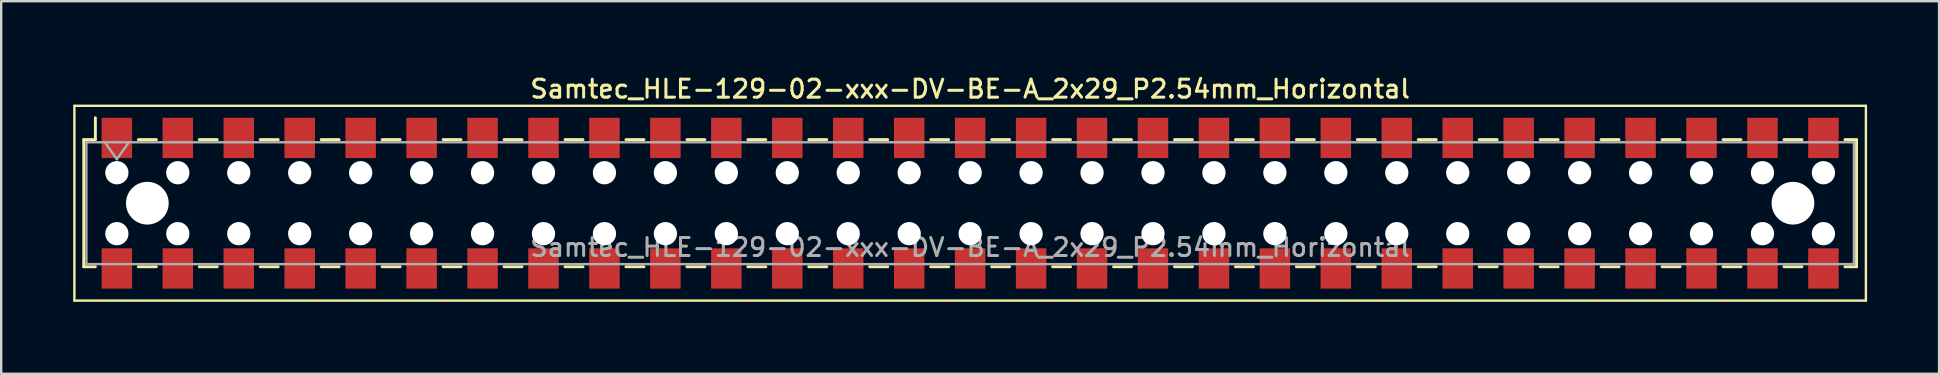
<source format=kicad_pcb>
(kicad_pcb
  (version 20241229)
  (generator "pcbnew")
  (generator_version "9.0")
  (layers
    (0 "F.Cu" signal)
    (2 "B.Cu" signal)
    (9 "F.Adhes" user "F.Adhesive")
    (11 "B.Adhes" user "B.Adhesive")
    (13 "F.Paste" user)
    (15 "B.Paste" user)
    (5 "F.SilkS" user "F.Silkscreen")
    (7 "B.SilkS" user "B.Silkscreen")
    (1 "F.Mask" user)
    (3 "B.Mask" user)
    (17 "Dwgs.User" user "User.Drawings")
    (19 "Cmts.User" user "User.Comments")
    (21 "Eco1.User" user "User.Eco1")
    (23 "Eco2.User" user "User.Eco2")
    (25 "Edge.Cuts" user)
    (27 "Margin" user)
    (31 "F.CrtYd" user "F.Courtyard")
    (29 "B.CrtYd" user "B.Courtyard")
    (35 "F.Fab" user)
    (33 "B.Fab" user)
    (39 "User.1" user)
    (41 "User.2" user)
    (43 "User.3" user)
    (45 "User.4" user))
  (footprint "Samtec_HLE-129-02-xxx-DV-BE-A_2x29_P2.54mm_Horizontal"
    (layer "F.Cu")
    (at 37.38 5.418)
    (property "Reference" "Samtec_HLE-129-02-xxx-DV-BE-A_2x29_P2.54mm_Horizontal" (at 0 -4.76 0) (layer "F.SilkS") (effects (font (size 0.75 0.75) (thickness 0.125))))
    (attr smd)
    (fp_line (start -37.33 -4.06) (end 37.33 -4.06) (stroke (width 0.1) (type solid)) (layer "F.SilkS"))
    (fp_line (start -37.33 4.06) (end -37.33 -4.06) (stroke (width 0.1) (type solid)) (layer "F.SilkS"))
    (fp_line (start -36.94 -2.65) (end -36.94 2.65) (stroke (width 0.12) (type solid)) (layer "F.SilkS"))
    (fp_line (start -36.94 2.65) (end -36.455 2.65) (stroke (width 0.12) (type solid)) (layer "F.SilkS"))
    (fp_line (start -36.455 -3.56) (end -36.455 -2.65) (stroke (width 0.12) (type solid)) (layer "F.SilkS"))
    (fp_line (start -36.455 -2.65) (end -36.94 -2.65) (stroke (width 0.12) (type solid)) (layer "F.SilkS"))
    (fp_line (start -34.665 -2.65) (end -33.915 -2.65) (stroke (width 0.12) (type solid)) (layer "F.SilkS"))
    (fp_line (start -34.665 2.65) (end -33.915 2.65) (stroke (width 0.12) (type solid)) (layer "F.SilkS"))
    (fp_line (start -32.125 -2.65) (end -31.375 -2.65) (stroke (width 0.12) (type solid)) (layer "F.SilkS"))
    (fp_line (start -32.125 2.65) (end -31.375 2.65) (stroke (width 0.12) (type solid)) (layer "F.SilkS"))
    (fp_line (start -29.585 -2.65) (end -28.835 -2.65) (stroke (width 0.12) (type solid)) (layer "F.SilkS"))
    (fp_line (start -29.585 2.65) (end -28.835 2.65) (stroke (width 0.12) (type solid)) (layer "F.SilkS"))
    (fp_line (start -27.045 -2.65) (end -26.295 -2.65) (stroke (width 0.12) (type solid)) (layer "F.SilkS"))
    (fp_line (start -27.045 2.65) (end -26.295 2.65) (stroke (width 0.12) (type solid)) (layer "F.SilkS"))
    (fp_line (start -24.505 -2.65) (end -23.755 -2.65) (stroke (width 0.12) (type solid)) (layer "F.SilkS"))
    (fp_line (start -24.505 2.65) (end -23.755 2.65) (stroke (width 0.12) (type solid)) (layer "F.SilkS"))
    (fp_line (start -21.965 -2.65) (end -21.215 -2.65) (stroke (width 0.12) (type solid)) (layer "F.SilkS"))
    (fp_line (start -21.965 2.65) (end -21.215 2.65) (stroke (width 0.12) (type solid)) (layer "F.SilkS"))
    (fp_line (start -19.425 -2.65) (end -18.675 -2.65) (stroke (width 0.12) (type solid)) (layer "F.SilkS"))
    (fp_line (start -19.425 2.65) (end -18.675 2.65) (stroke (width 0.12) (type solid)) (layer "F.SilkS"))
    (fp_line (start -16.885 -2.65) (end -16.135 -2.65) (stroke (width 0.12) (type solid)) (layer "F.SilkS"))
    (fp_line (start -16.885 2.65) (end -16.135 2.65) (stroke (width 0.12) (type solid)) (layer "F.SilkS"))
    (fp_line (start -14.345 -2.65) (end -13.595 -2.65) (stroke (width 0.12) (type solid)) (layer "F.SilkS"))
    (fp_line (start -14.345 2.65) (end -13.595 2.65) (stroke (width 0.12) (type solid)) (layer "F.SilkS"))
    (fp_line (start -11.805 -2.65) (end -11.055 -2.65) (stroke (width 0.12) (type solid)) (layer "F.SilkS"))
    (fp_line (start -11.805 2.65) (end -11.055 2.65) (stroke (width 0.12) (type solid)) (layer "F.SilkS"))
    (fp_line (start -9.265 -2.65) (end -8.515 -2.65) (stroke (width 0.12) (type solid)) (layer "F.SilkS"))
    (fp_line (start -9.265 2.65) (end -8.515 2.65) (stroke (width 0.12) (type solid)) (layer "F.SilkS"))
    (fp_line (start -6.725 -2.65) (end -5.975 -2.65) (stroke (width 0.12) (type solid)) (layer "F.SilkS"))
    (fp_line (start -6.725 2.65) (end -5.975 2.65) (stroke (width 0.12) (type solid)) (layer "F.SilkS"))
    (fp_line (start -4.185 -2.65) (end -3.435 -2.65) (stroke (width 0.12) (type solid)) (layer "F.SilkS"))
    (fp_line (start -4.185 2.65) (end -3.435 2.65) (stroke (width 0.12) (type solid)) (layer "F.SilkS"))
    (fp_line (start -1.645 -2.65) (end -0.895 -2.65) (stroke (width 0.12) (type solid)) (layer "F.SilkS"))
    (fp_line (start -1.645 2.65) (end -0.895 2.65) (stroke (width 0.12) (type solid)) (layer "F.SilkS"))
    (fp_line (start 0.895 -2.65) (end 1.645 -2.65) (stroke (width 0.12) (type solid)) (layer "F.SilkS"))
    (fp_line (start 0.895 2.65) (end 1.645 2.65) (stroke (width 0.12) (type solid)) (layer "F.SilkS"))
    (fp_line (start 3.435 -2.65) (end 4.185 -2.65) (stroke (width 0.12) (type solid)) (layer "F.SilkS"))
    (fp_line (start 3.435 2.65) (end 4.185 2.65) (stroke (width 0.12) (type solid)) (layer "F.SilkS"))
    (fp_line (start 5.975 -2.65) (end 6.725 -2.65) (stroke (width 0.12) (type solid)) (layer "F.SilkS"))
    (fp_line (start 5.975 2.65) (end 6.725 2.65) (stroke (width 0.12) (type solid)) (layer "F.SilkS"))
    (fp_line (start 8.515 -2.65) (end 9.265 -2.65) (stroke (width 0.12) (type solid)) (layer "F.SilkS"))
    (fp_line (start 8.515 2.65) (end 9.265 2.65) (stroke (width 0.12) (type solid)) (layer "F.SilkS"))
    (fp_line (start 11.055 -2.65) (end 11.805 -2.65) (stroke (width 0.12) (type solid)) (layer "F.SilkS"))
    (fp_line (start 11.055 2.65) (end 11.805 2.65) (stroke (width 0.12) (type solid)) (layer "F.SilkS"))
    (fp_line (start 13.595 -2.65) (end 14.345 -2.65) (stroke (width 0.12) (type solid)) (layer "F.SilkS"))
    (fp_line (start 13.595 2.65) (end 14.345 2.65) (stroke (width 0.12) (type solid)) (layer "F.SilkS"))
    (fp_line (start 16.135 -2.65) (end 16.885 -2.65) (stroke (width 0.12) (type solid)) (layer "F.SilkS"))
    (fp_line (start 16.135 2.65) (end 16.885 2.65) (stroke (width 0.12) (type solid)) (layer "F.SilkS"))
    (fp_line (start 18.675 -2.65) (end 19.425 -2.65) (stroke (width 0.12) (type solid)) (layer "F.SilkS"))
    (fp_line (start 18.675 2.65) (end 19.425 2.65) (stroke (width 0.12) (type solid)) (layer "F.SilkS"))
    (fp_line (start 21.215 -2.65) (end 21.965 -2.65) (stroke (width 0.12) (type solid)) (layer "F.SilkS"))
    (fp_line (start 21.215 2.65) (end 21.965 2.65) (stroke (width 0.12) (type solid)) (layer "F.SilkS"))
    (fp_line (start 23.755 -2.65) (end 24.505 -2.65) (stroke (width 0.12) (type solid)) (layer "F.SilkS"))
    (fp_line (start 23.755 2.65) (end 24.505 2.65) (stroke (width 0.12) (type solid)) (layer "F.SilkS"))
    (fp_line (start 26.295 -2.65) (end 27.045 -2.65) (stroke (width 0.12) (type solid)) (layer "F.SilkS"))
    (fp_line (start 26.295 2.65) (end 27.045 2.65) (stroke (width 0.12) (type solid)) (layer "F.SilkS"))
    (fp_line (start 28.835 -2.65) (end 29.585 -2.65) (stroke (width 0.12) (type solid)) (layer "F.SilkS"))
    (fp_line (start 28.835 2.65) (end 29.585 2.65) (stroke (width 0.12) (type solid)) (layer "F.SilkS"))
    (fp_line (start 31.375 -2.65) (end 32.125 -2.65) (stroke (width 0.12) (type solid)) (layer "F.SilkS"))
    (fp_line (start 31.375 2.65) (end 32.125 2.65) (stroke (width 0.12) (type solid)) (layer "F.SilkS"))
    (fp_line (start 33.915 -2.65) (end 34.665 -2.65) (stroke (width 0.12) (type solid)) (layer "F.SilkS"))
    (fp_line (start 33.915 2.65) (end 34.665 2.65) (stroke (width 0.12) (type solid)) (layer "F.SilkS"))
    (fp_line (start 36.455 -2.65) (end 36.94 -2.65) (stroke (width 0.12) (type solid)) (layer "F.SilkS"))
    (fp_line (start 36.94 -2.65) (end 36.94 2.65) (stroke (width 0.12) (type solid)) (layer "F.SilkS"))
    (fp_line (start 36.94 2.65) (end 36.455 2.65) (stroke (width 0.12) (type solid)) (layer "F.SilkS"))
    (fp_line (start 37.33 -4.06) (end 37.33 4.06) (stroke (width 0.1) (type solid)) (layer "F.SilkS"))
    (fp_line (start 37.33 4.06) (end -37.33 4.06) (stroke (width 0.1) (type solid)) (layer "F.SilkS"))
    (fp_line (start -36.83 -2.54) (end 36.83 -2.54) (stroke (width 0.1) (type solid)) (layer "F.Fab"))
    (fp_line (start -36.83 2.54) (end -36.83 -2.54) (stroke (width 0.1) (type solid)) (layer "F.Fab"))
    (fp_line (start -36.06 -2.54) (end -35.56 -1.833) (stroke (width 0.1) (type solid)) (layer "F.Fab"))
    (fp_line (start -35.56 -1.833) (end -35.06 -2.54) (stroke (width 0.1) (type solid)) (layer "F.Fab"))
    (fp_line (start 36.83 -2.54) (end 36.83 2.54) (stroke (width 0.1) (type solid)) (layer "F.Fab"))
    (fp_line (start 36.83 2.54) (end -36.83 2.54) (stroke (width 0.1) (type solid)) (layer "F.Fab"))
    (fp_text user "${REFERENCE}" (at 0 1.84 0) (layer "F.Fab") (effects (font (size 0.75 0.75) (thickness 0.125))))
    (pad "" np_thru_hole circle (at -35.56 -1.27) (size 0.97 0.97) (drill 0.97) (layers "*.Cu" "*.Mask"))
    (pad "" np_thru_hole circle (at -35.56 1.27) (size 0.97 0.97) (drill 0.97) (layers "*.Cu" "*.Mask"))
    (pad "" np_thru_hole circle (at -34.29 0) (size 1.78 1.78) (drill 1.78) (layers "*.Cu" "*.Mask"))
    (pad "" np_thru_hole circle (at -33.02 -1.27) (size 0.97 0.97) (drill 0.97) (layers "*.Cu" "*.Mask"))
    (pad "" np_thru_hole circle (at -33.02 1.27) (size 0.97 0.97) (drill 0.97) (layers "*.Cu" "*.Mask"))
    (pad "" np_thru_hole circle (at -30.48 -1.27) (size 0.97 0.97) (drill 0.97) (layers "*.Cu" "*.Mask"))
    (pad "" np_thru_hole circle (at -30.48 1.27) (size 0.97 0.97) (drill 0.97) (layers "*.Cu" "*.Mask"))
    (pad "" np_thru_hole circle (at -27.94 -1.27) (size 0.97 0.97) (drill 0.97) (layers "*.Cu" "*.Mask"))
    (pad "" np_thru_hole circle (at -27.94 1.27) (size 0.97 0.97) (drill 0.97) (layers "*.Cu" "*.Mask"))
    (pad "" np_thru_hole circle (at -25.4 -1.27) (size 0.97 0.97) (drill 0.97) (layers "*.Cu" "*.Mask"))
    (pad "" np_thru_hole circle (at -25.4 1.27) (size 0.97 0.97) (drill 0.97) (layers "*.Cu" "*.Mask"))
    (pad "" np_thru_hole circle (at -22.86 -1.27) (size 0.97 0.97) (drill 0.97) (layers "*.Cu" "*.Mask"))
    (pad "" np_thru_hole circle (at -22.86 1.27) (size 0.97 0.97) (drill 0.97) (layers "*.Cu" "*.Mask"))
    (pad "" np_thru_hole circle (at -20.32 -1.27) (size 0.97 0.97) (drill 0.97) (layers "*.Cu" "*.Mask"))
    (pad "" np_thru_hole circle (at -20.32 1.27) (size 0.97 0.97) (drill 0.97) (layers "*.Cu" "*.Mask"))
    (pad "" np_thru_hole circle (at -17.78 -1.27) (size 0.97 0.97) (drill 0.97) (layers "*.Cu" "*.Mask"))
    (pad "" np_thru_hole circle (at -17.78 1.27) (size 0.97 0.97) (drill 0.97) (layers "*.Cu" "*.Mask"))
    (pad "" np_thru_hole circle (at -15.24 -1.27) (size 0.97 0.97) (drill 0.97) (layers "*.Cu" "*.Mask"))
    (pad "" np_thru_hole circle (at -15.24 1.27) (size 0.97 0.97) (drill 0.97) (layers "*.Cu" "*.Mask"))
    (pad "" np_thru_hole circle (at -12.7 -1.27) (size 0.97 0.97) (drill 0.97) (layers "*.Cu" "*.Mask"))
    (pad "" np_thru_hole circle (at -12.7 1.27) (size 0.97 0.97) (drill 0.97) (layers "*.Cu" "*.Mask"))
    (pad "" np_thru_hole circle (at -10.16 -1.27) (size 0.97 0.97) (drill 0.97) (layers "*.Cu" "*.Mask"))
    (pad "" np_thru_hole circle (at -10.16 1.27) (size 0.97 0.97) (drill 0.97) (layers "*.Cu" "*.Mask"))
    (pad "" np_thru_hole circle (at -7.62 -1.27) (size 0.97 0.97) (drill 0.97) (layers "*.Cu" "*.Mask"))
    (pad "" np_thru_hole circle (at -7.62 1.27) (size 0.97 0.97) (drill 0.97) (layers "*.Cu" "*.Mask"))
    (pad "" np_thru_hole circle (at -5.08 -1.27) (size 0.97 0.97) (drill 0.97) (layers "*.Cu" "*.Mask"))
    (pad "" np_thru_hole circle (at -5.08 1.27) (size 0.97 0.97) (drill 0.97) (layers "*.Cu" "*.Mask"))
    (pad "" np_thru_hole circle (at -2.54 -1.27) (size 0.97 0.97) (drill 0.97) (layers "*.Cu" "*.Mask"))
    (pad "" np_thru_hole circle (at -2.54 1.27) (size 0.97 0.97) (drill 0.97) (layers "*.Cu" "*.Mask"))
    (pad "" np_thru_hole circle (at 0 -1.27) (size 0.97 0.97) (drill 0.97) (layers "*.Cu" "*.Mask"))
    (pad "" np_thru_hole circle (at 0 1.27) (size 0.97 0.97) (drill 0.97) (layers "*.Cu" "*.Mask"))
    (pad "" np_thru_hole circle (at 2.54 -1.27) (size 0.97 0.97) (drill 0.97) (layers "*.Cu" "*.Mask"))
    (pad "" np_thru_hole circle (at 2.54 1.27) (size 0.97 0.97) (drill 0.97) (layers "*.Cu" "*.Mask"))
    (pad "" np_thru_hole circle (at 5.08 -1.27) (size 0.97 0.97) (drill 0.97) (layers "*.Cu" "*.Mask"))
    (pad "" np_thru_hole circle (at 5.08 1.27) (size 0.97 0.97) (drill 0.97) (layers "*.Cu" "*.Mask"))
    (pad "" np_thru_hole circle (at 7.62 -1.27) (size 0.97 0.97) (drill 0.97) (layers "*.Cu" "*.Mask"))
    (pad "" np_thru_hole circle (at 7.62 1.27) (size 0.97 0.97) (drill 0.97) (layers "*.Cu" "*.Mask"))
    (pad "" np_thru_hole circle (at 10.16 -1.27) (size 0.97 0.97) (drill 0.97) (layers "*.Cu" "*.Mask"))
    (pad "" np_thru_hole circle (at 10.16 1.27) (size 0.97 0.97) (drill 0.97) (layers "*.Cu" "*.Mask"))
    (pad "" np_thru_hole circle (at 12.7 -1.27) (size 0.97 0.97) (drill 0.97) (layers "*.Cu" "*.Mask"))
    (pad "" np_thru_hole circle (at 12.7 1.27) (size 0.97 0.97) (drill 0.97) (layers "*.Cu" "*.Mask"))
    (pad "" np_thru_hole circle (at 15.24 -1.27) (size 0.97 0.97) (drill 0.97) (layers "*.Cu" "*.Mask"))
    (pad "" np_thru_hole circle (at 15.24 1.27) (size 0.97 0.97) (drill 0.97) (layers "*.Cu" "*.Mask"))
    (pad "" np_thru_hole circle (at 17.78 -1.27) (size 0.97 0.97) (drill 0.97) (layers "*.Cu" "*.Mask"))
    (pad "" np_thru_hole circle (at 17.78 1.27) (size 0.97 0.97) (drill 0.97) (layers "*.Cu" "*.Mask"))
    (pad "" np_thru_hole circle (at 20.32 -1.27) (size 0.97 0.97) (drill 0.97) (layers "*.Cu" "*.Mask"))
    (pad "" np_thru_hole circle (at 20.32 1.27) (size 0.97 0.97) (drill 0.97) (layers "*.Cu" "*.Mask"))
    (pad "" np_thru_hole circle (at 22.86 -1.27) (size 0.97 0.97) (drill 0.97) (layers "*.Cu" "*.Mask"))
    (pad "" np_thru_hole circle (at 22.86 1.27) (size 0.97 0.97) (drill 0.97) (layers "*.Cu" "*.Mask"))
    (pad "" np_thru_hole circle (at 25.4 -1.27) (size 0.97 0.97) (drill 0.97) (layers "*.Cu" "*.Mask"))
    (pad "" np_thru_hole circle (at 25.4 1.27) (size 0.97 0.97) (drill 0.97) (layers "*.Cu" "*.Mask"))
    (pad "" np_thru_hole circle (at 27.94 -1.27) (size 0.97 0.97) (drill 0.97) (layers "*.Cu" "*.Mask"))
    (pad "" np_thru_hole circle (at 27.94 1.27) (size 0.97 0.97) (drill 0.97) (layers "*.Cu" "*.Mask"))
    (pad "" np_thru_hole circle (at 30.48 -1.27) (size 0.97 0.97) (drill 0.97) (layers "*.Cu" "*.Mask"))
    (pad "" np_thru_hole circle (at 30.48 1.27) (size 0.97 0.97) (drill 0.97) (layers "*.Cu" "*.Mask"))
    (pad "" np_thru_hole circle (at 33.02 -1.27) (size 0.97 0.97) (drill 0.97) (layers "*.Cu" "*.Mask"))
    (pad "" np_thru_hole circle (at 33.02 1.27) (size 0.97 0.97) (drill 0.97) (layers "*.Cu" "*.Mask"))
    (pad "" np_thru_hole circle (at 34.29 0) (size 1.78 1.78) (drill 1.78) (layers "*.Cu" "*.Mask"))
    (pad "" np_thru_hole circle (at 35.56 -1.27) (size 0.97 0.97) (drill 0.97) (layers "*.Cu" "*.Mask"))
    (pad "" np_thru_hole circle (at 35.56 1.27) (size 0.97 0.97) (drill 0.97) (layers "*.Cu" "*.Mask"))
    (pad "1" smd rect (at -35.56 -2.72) (size 1.27 1.68) (layers "F.Cu" "F.Mask" "F.Paste"))
    (pad "2" smd rect (at -35.56 2.72) (size 1.27 1.68) (layers "F.Cu" "F.Mask" "F.Paste"))
    (pad "3" smd rect (at -33.02 -2.72) (size 1.27 1.68) (layers "F.Cu" "F.Mask" "F.Paste"))
    (pad "4" smd rect (at -33.02 2.72) (size 1.27 1.68) (layers "F.Cu" "F.Mask" "F.Paste"))
    (pad "5" smd rect (at -30.48 -2.72) (size 1.27 1.68) (layers "F.Cu" "F.Mask" "F.Paste"))
    (pad "6" smd rect (at -30.48 2.72) (size 1.27 1.68) (layers "F.Cu" "F.Mask" "F.Paste"))
    (pad "7" smd rect (at -27.94 -2.72) (size 1.27 1.68) (layers "F.Cu" "F.Mask" "F.Paste"))
    (pad "8" smd rect (at -27.94 2.72) (size 1.27 1.68) (layers "F.Cu" "F.Mask" "F.Paste"))
    (pad "9" smd rect (at -25.4 -2.72) (size 1.27 1.68) (layers "F.Cu" "F.Mask" "F.Paste"))
    (pad "10" smd rect (at -25.4 2.72) (size 1.27 1.68) (layers "F.Cu" "F.Mask" "F.Paste"))
    (pad "11" smd rect (at -22.86 -2.72) (size 1.27 1.68) (layers "F.Cu" "F.Mask" "F.Paste"))
    (pad "12" smd rect (at -22.86 2.72) (size 1.27 1.68) (layers "F.Cu" "F.Mask" "F.Paste"))
    (pad "13" smd rect (at -20.32 -2.72) (size 1.27 1.68) (layers "F.Cu" "F.Mask" "F.Paste"))
    (pad "14" smd rect (at -20.32 2.72) (size 1.27 1.68) (layers "F.Cu" "F.Mask" "F.Paste"))
    (pad "15" smd rect (at -17.78 -2.72) (size 1.27 1.68) (layers "F.Cu" "F.Mask" "F.Paste"))
    (pad "16" smd rect (at -17.78 2.72) (size 1.27 1.68) (layers "F.Cu" "F.Mask" "F.Paste"))
    (pad "17" smd rect (at -15.24 -2.72) (size 1.27 1.68) (layers "F.Cu" "F.Mask" "F.Paste"))
    (pad "18" smd rect (at -15.24 2.72) (size 1.27 1.68) (layers "F.Cu" "F.Mask" "F.Paste"))
    (pad "19" smd rect (at -12.7 -2.72) (size 1.27 1.68) (layers "F.Cu" "F.Mask" "F.Paste"))
    (pad "20" smd rect (at -12.7 2.72) (size 1.27 1.68) (layers "F.Cu" "F.Mask" "F.Paste"))
    (pad "21" smd rect (at -10.16 -2.72) (size 1.27 1.68) (layers "F.Cu" "F.Mask" "F.Paste"))
    (pad "22" smd rect (at -10.16 2.72) (size 1.27 1.68) (layers "F.Cu" "F.Mask" "F.Paste"))
    (pad "23" smd rect (at -7.62 -2.72) (size 1.27 1.68) (layers "F.Cu" "F.Mask" "F.Paste"))
    (pad "24" smd rect (at -7.62 2.72) (size 1.27 1.68) (layers "F.Cu" "F.Mask" "F.Paste"))
    (pad "25" smd rect (at -5.08 -2.72) (size 1.27 1.68) (layers "F.Cu" "F.Mask" "F.Paste"))
    (pad "26" smd rect (at -5.08 2.72) (size 1.27 1.68) (layers "F.Cu" "F.Mask" "F.Paste"))
    (pad "27" smd rect (at -2.54 -2.72) (size 1.27 1.68) (layers "F.Cu" "F.Mask" "F.Paste"))
    (pad "28" smd rect (at -2.54 2.72) (size 1.27 1.68) (layers "F.Cu" "F.Mask" "F.Paste"))
    (pad "29" smd rect (at 0 -2.72) (size 1.27 1.68) (layers "F.Cu" "F.Mask" "F.Paste"))
    (pad "30" smd rect (at 0 2.72) (size 1.27 1.68) (layers "F.Cu" "F.Mask" "F.Paste"))
    (pad "31" smd rect (at 2.54 -2.72) (size 1.27 1.68) (layers "F.Cu" "F.Mask" "F.Paste"))
    (pad "32" smd rect (at 2.54 2.72) (size 1.27 1.68) (layers "F.Cu" "F.Mask" "F.Paste"))
    (pad "33" smd rect (at 5.08 -2.72) (size 1.27 1.68) (layers "F.Cu" "F.Mask" "F.Paste"))
    (pad "34" smd rect (at 5.08 2.72) (size 1.27 1.68) (layers "F.Cu" "F.Mask" "F.Paste"))
    (pad "35" smd rect (at 7.62 -2.72) (size 1.27 1.68) (layers "F.Cu" "F.Mask" "F.Paste"))
    (pad "36" smd rect (at 7.62 2.72) (size 1.27 1.68) (layers "F.Cu" "F.Mask" "F.Paste"))
    (pad "37" smd rect (at 10.16 -2.72) (size 1.27 1.68) (layers "F.Cu" "F.Mask" "F.Paste"))
    (pad "38" smd rect (at 10.16 2.72) (size 1.27 1.68) (layers "F.Cu" "F.Mask" "F.Paste"))
    (pad "39" smd rect (at 12.7 -2.72) (size 1.27 1.68) (layers "F.Cu" "F.Mask" "F.Paste"))
    (pad "40" smd rect (at 12.7 2.72) (size 1.27 1.68) (layers "F.Cu" "F.Mask" "F.Paste"))
    (pad "41" smd rect (at 15.24 -2.72) (size 1.27 1.68) (layers "F.Cu" "F.Mask" "F.Paste"))
    (pad "42" smd rect (at 15.24 2.72) (size 1.27 1.68) (layers "F.Cu" "F.Mask" "F.Paste"))
    (pad "43" smd rect (at 17.78 -2.72) (size 1.27 1.68) (layers "F.Cu" "F.Mask" "F.Paste"))
    (pad "44" smd rect (at 17.78 2.72) (size 1.27 1.68) (layers "F.Cu" "F.Mask" "F.Paste"))
    (pad "45" smd rect (at 20.32 -2.72) (size 1.27 1.68) (layers "F.Cu" "F.Mask" "F.Paste"))
    (pad "46" smd rect (at 20.32 2.72) (size 1.27 1.68) (layers "F.Cu" "F.Mask" "F.Paste"))
    (pad "47" smd rect (at 22.86 -2.72) (size 1.27 1.68) (layers "F.Cu" "F.Mask" "F.Paste"))
    (pad "48" smd rect (at 22.86 2.72) (size 1.27 1.68) (layers "F.Cu" "F.Mask" "F.Paste"))
    (pad "49" smd rect (at 25.4 -2.72) (size 1.27 1.68) (layers "F.Cu" "F.Mask" "F.Paste"))
    (pad "50" smd rect (at 25.4 2.72) (size 1.27 1.68) (layers "F.Cu" "F.Mask" "F.Paste"))
    (pad "51" smd rect (at 27.94 -2.72) (size 1.27 1.68) (layers "F.Cu" "F.Mask" "F.Paste"))
    (pad "52" smd rect (at 27.94 2.72) (size 1.27 1.68) (layers "F.Cu" "F.Mask" "F.Paste"))
    (pad "53" smd rect (at 30.48 -2.72) (size 1.27 1.68) (layers "F.Cu" "F.Mask" "F.Paste"))
    (pad "54" smd rect (at 30.48 2.72) (size 1.27 1.68) (layers "F.Cu" "F.Mask" "F.Paste"))
    (pad "55" smd rect (at 33.02 -2.72) (size 1.27 1.68) (layers "F.Cu" "F.Mask" "F.Paste"))
    (pad "56" smd rect (at 33.02 2.72) (size 1.27 1.68) (layers "F.Cu" "F.Mask" "F.Paste"))
    (pad "57" smd rect (at 35.56 -2.72) (size 1.27 1.68) (layers "F.Cu" "F.Mask" "F.Paste"))
    (pad "58" smd rect (at 35.56 2.72) (size 1.27 1.68) (layers "F.Cu" "F.Mask" "F.Paste")))
  (gr_rect
    (start -3 -3)
    (end 77.76 12.528)
    (stroke (width 0.1) (type default))
    (fill no)
    (layer "Edge.Cuts")))
</source>
